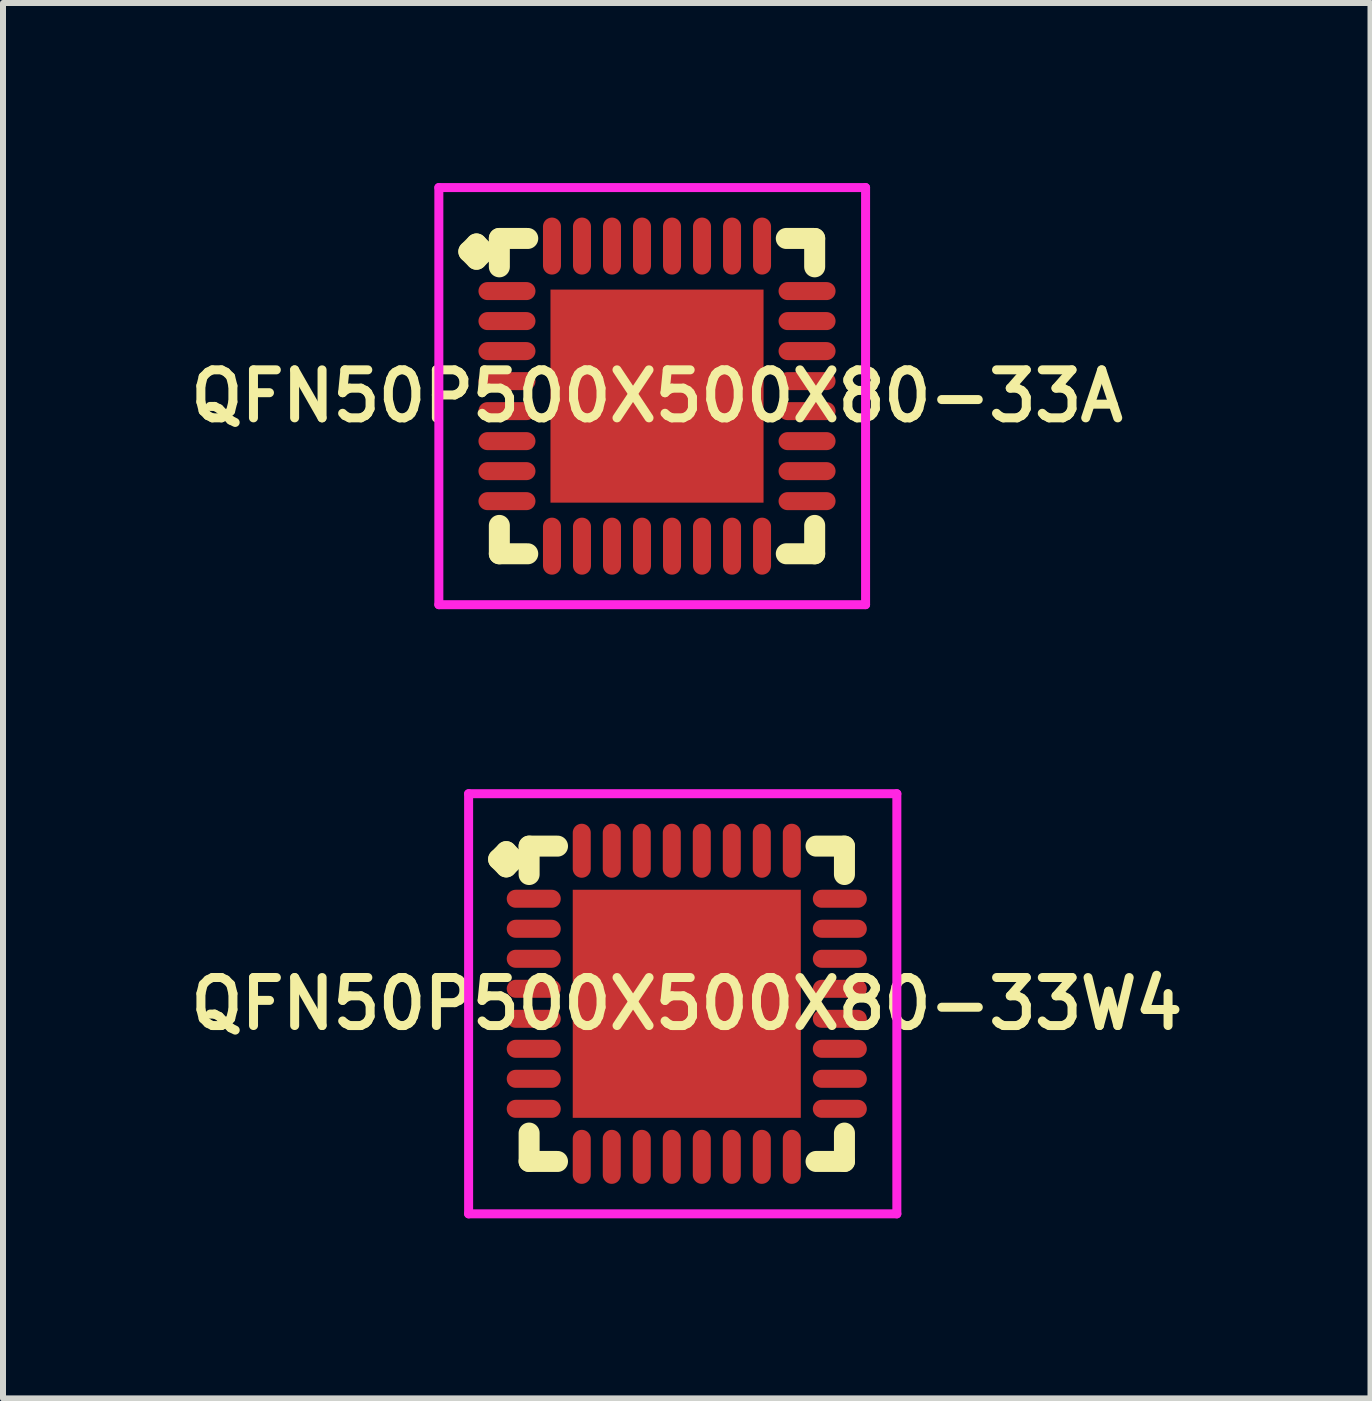
<source format=kicad_pcb>
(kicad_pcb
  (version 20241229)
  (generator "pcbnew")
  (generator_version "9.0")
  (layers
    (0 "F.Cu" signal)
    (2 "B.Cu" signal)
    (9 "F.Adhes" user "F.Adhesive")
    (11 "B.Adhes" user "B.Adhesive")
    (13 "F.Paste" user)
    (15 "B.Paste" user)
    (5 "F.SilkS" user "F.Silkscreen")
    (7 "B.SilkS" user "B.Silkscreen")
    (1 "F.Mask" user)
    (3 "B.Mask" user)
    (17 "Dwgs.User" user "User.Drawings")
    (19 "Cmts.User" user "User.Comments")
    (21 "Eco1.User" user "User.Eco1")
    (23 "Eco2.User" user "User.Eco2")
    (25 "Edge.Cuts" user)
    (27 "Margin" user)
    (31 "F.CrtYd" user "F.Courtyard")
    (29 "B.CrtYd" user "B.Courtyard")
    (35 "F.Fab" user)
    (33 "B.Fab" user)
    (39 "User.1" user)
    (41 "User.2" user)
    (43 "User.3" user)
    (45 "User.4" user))
  (footprint "QFN50P500X500X80-33W4"
    (layer "F.Cu")
    (at 8.393 13.675)
    (property "Reference" "QFN50P500X500X80-33W4" (at 0 0 0) (layer "F.SilkS") (effects (font (size 0.8 0.8) (thickness 0.15))))
    (attr smd)
    (fp_line (start -3.135 -2.408) (end -3.008 -2.535) (stroke (width 0.35) (type solid)) (layer "F.SilkS"))
    (fp_line (start -3.008 -2.535) (end -2.881 -2.408) (stroke (width 0.35) (type solid)) (layer "F.SilkS"))
    (fp_line (start -3.008 -2.281) (end -3.135 -2.408) (stroke (width 0.35) (type solid)) (layer "F.SilkS"))
    (fp_line (start -2.881 -2.408) (end -3.008 -2.281) (stroke (width 0.35) (type solid)) (layer "F.SilkS"))
    (fp_line (start -2.627 -2.627) (end -2.154 -2.627) (stroke (width 0.35) (type solid)) (layer "F.SilkS"))
    (fp_line (start -2.627 -2.154) (end -2.627 -2.627) (stroke (width 0.35) (type solid)) (layer "F.SilkS"))
    (fp_line (start -2.627 2.154) (end -2.627 2.627) (stroke (width 0.35) (type solid)) (layer "F.SilkS"))
    (fp_line (start -2.627 2.627) (end -2.154 2.627) (stroke (width 0.35) (type solid)) (layer "F.SilkS"))
    (fp_line (start 2.154 -2.627) (end 2.627 -2.627) (stroke (width 0.35) (type solid)) (layer "F.SilkS"))
    (fp_line (start 2.154 2.627) (end 2.627 2.627) (stroke (width 0.35) (type solid)) (layer "F.SilkS"))
    (fp_line (start 2.627 -2.627) (end 2.627 -2.154) (stroke (width 0.35) (type solid)) (layer "F.SilkS"))
    (fp_line (start 2.627 2.627) (end 2.627 2.154) (stroke (width 0.35) (type solid)) (layer "F.SilkS"))
    (fp_line (start -3.635 -3.5) (end 3.5 -3.5) (stroke (width 0.15) (type solid)) (layer "F.CrtYd"))
    (fp_line (start -3.635 3.5) (end -3.635 -3.5) (stroke (width 0.15) (type solid)) (layer "F.CrtYd"))
    (fp_line (start 3.5 -3.5) (end 3.5 3.5) (stroke (width 0.15) (type solid)) (layer "F.CrtYd"))
    (fp_line (start 3.5 3.5) (end -3.635 3.5) (stroke (width 0.15) (type solid)) (layer "F.CrtYd"))
    (pad "1" smd oval (at -2.55 -1.75) (size 0.9 0.3) (layers "F.Cu" "F.Mask" "F.Paste"))
    (pad "2" smd oval (at -2.55 -1.25) (size 0.9 0.3) (layers "F.Cu" "F.Mask" "F.Paste"))
    (pad "3" smd oval (at -2.55 -0.75) (size 0.9 0.3) (layers "F.Cu" "F.Mask" "F.Paste"))
    (pad "4" smd oval (at -2.55 -0.25) (size 0.9 0.3) (layers "F.Cu" "F.Mask" "F.Paste"))
    (pad "5" smd oval (at -2.55 0.25) (size 0.9 0.3) (layers "F.Cu" "F.Mask" "F.Paste"))
    (pad "6" smd oval (at -2.55 0.75) (size 0.9 0.3) (layers "F.Cu" "F.Mask" "F.Paste"))
    (pad "7" smd oval (at -2.55 1.25) (size 0.9 0.3) (layers "F.Cu" "F.Mask" "F.Paste"))
    (pad "8" smd oval (at -2.55 1.75) (size 0.9 0.3) (layers "F.Cu" "F.Mask" "F.Paste"))
    (pad "9" smd oval (at -1.75 2.55) (size 0.3 0.9) (layers "F.Cu" "F.Mask" "F.Paste"))
    (pad "10" smd oval (at -1.25 2.55) (size 0.3 0.9) (layers "F.Cu" "F.Mask" "F.Paste"))
    (pad "11" smd oval (at -0.75 2.55) (size 0.3 0.9) (layers "F.Cu" "F.Mask" "F.Paste"))
    (pad "12" smd oval (at -0.25 2.55) (size 0.3 0.9) (layers "F.Cu" "F.Mask" "F.Paste"))
    (pad "13" smd oval (at 0.25 2.55) (size 0.3 0.9) (layers "F.Cu" "F.Mask" "F.Paste"))
    (pad "14" smd oval (at 0.75 2.55) (size 0.3 0.9) (layers "F.Cu" "F.Mask" "F.Paste"))
    (pad "15" smd oval (at 1.25 2.55) (size 0.3 0.9) (layers "F.Cu" "F.Mask" "F.Paste"))
    (pad "16" smd oval (at 1.75 2.55) (size 0.3 0.9) (layers "F.Cu" "F.Mask" "F.Paste"))
    (pad "17" smd oval (at 2.55 1.75) (size 0.9 0.3) (layers "F.Cu" "F.Mask" "F.Paste"))
    (pad "18" smd oval (at 2.55 1.25) (size 0.9 0.3) (layers "F.Cu" "F.Mask" "F.Paste"))
    (pad "19" smd oval (at 2.55 0.75) (size 0.9 0.3) (layers "F.Cu" "F.Mask" "F.Paste"))
    (pad "20" smd oval (at 2.55 0.25) (size 0.9 0.3) (layers "F.Cu" "F.Mask" "F.Paste"))
    (pad "21" smd oval (at 2.55 -0.25) (size 0.9 0.3) (layers "F.Cu" "F.Mask" "F.Paste"))
    (pad "22" smd oval (at 2.55 -0.75) (size 0.9 0.3) (layers "F.Cu" "F.Mask" "F.Paste"))
    (pad "23" smd oval (at 2.55 -1.25) (size 0.9 0.3) (layers "F.Cu" "F.Mask" "F.Paste"))
    (pad "24" smd oval (at 2.55 -1.75) (size 0.9 0.3) (layers "F.Cu" "F.Mask" "F.Paste"))
    (pad "25" smd oval (at 1.75 -2.55) (size 0.3 0.9) (layers "F.Cu" "F.Mask" "F.Paste"))
    (pad "26" smd oval (at 1.25 -2.55) (size 0.3 0.9) (layers "F.Cu" "F.Mask" "F.Paste"))
    (pad "27" smd oval (at 0.75 -2.55) (size 0.3 0.9) (layers "F.Cu" "F.Mask" "F.Paste"))
    (pad "28" smd oval (at 0.25 -2.55) (size 0.3 0.9) (layers "F.Cu" "F.Mask" "F.Paste"))
    (pad "29" smd oval (at -0.25 -2.55) (size 0.3 0.9) (layers "F.Cu" "F.Mask" "F.Paste"))
    (pad "30" smd oval (at -0.75 -2.55) (size 0.3 0.9) (layers "F.Cu" "F.Mask" "F.Paste"))
    (pad "31" smd oval (at -1.25 -2.55) (size 0.3 0.9) (layers "F.Cu" "F.Mask" "F.Paste"))
    (pad "32" smd oval (at -1.75 -2.55) (size 0.3 0.9) (layers "F.Cu" "F.Mask" "F.Paste"))
    (pad "33" smd rect (at 0 0) (size 3.8 3.8) (layers "F.Cu" "F.Mask" "F.Paste")))
  (footprint "QFN50P500X500X80-33A"
    (layer "F.Cu")
    (at 7.897 3.55)
    (property "Reference" "QFN50P500X500X80-33A" (at 0 0 0) (layer "F.SilkS") (effects (font (size 0.8 0.8) (thickness 0.15))))
    (attr through_hole)
    (fp_line (start -3.135 -2.408) (end -3.008 -2.535) (stroke (width 0.35) (type solid)) (layer "F.SilkS"))
    (fp_line (start -3.008 -2.535) (end -2.881 -2.408) (stroke (width 0.35) (type solid)) (layer "F.SilkS"))
    (fp_line (start -3.008 -2.281) (end -3.135 -2.408) (stroke (width 0.35) (type solid)) (layer "F.SilkS"))
    (fp_line (start -2.881 -2.408) (end -3.008 -2.281) (stroke (width 0.35) (type solid)) (layer "F.SilkS"))
    (fp_line (start -2.627 -2.627) (end -2.154 -2.627) (stroke (width 0.35) (type solid)) (layer "F.SilkS"))
    (fp_line (start -2.627 -2.154) (end -2.627 -2.627) (stroke (width 0.35) (type solid)) (layer "F.SilkS"))
    (fp_line (start -2.627 2.154) (end -2.627 2.627) (stroke (width 0.35) (type solid)) (layer "F.SilkS"))
    (fp_line (start -2.627 2.627) (end -2.154 2.627) (stroke (width 0.35) (type solid)) (layer "F.SilkS"))
    (fp_line (start 2.154 -2.627) (end 2.627 -2.627) (stroke (width 0.35) (type solid)) (layer "F.SilkS"))
    (fp_line (start 2.154 2.627) (end 2.627 2.627) (stroke (width 0.35) (type solid)) (layer "F.SilkS"))
    (fp_line (start 2.627 -2.627) (end 2.627 -2.154) (stroke (width 0.35) (type solid)) (layer "F.SilkS"))
    (fp_line (start 2.627 2.627) (end 2.627 2.154) (stroke (width 0.35) (type solid)) (layer "F.SilkS"))
    (fp_line (start -3.635 -3.475) (end 3.475 -3.475) (stroke (width 0.15) (type solid)) (layer "F.CrtYd"))
    (fp_line (start -3.635 3.475) (end -3.635 -3.475) (stroke (width 0.15) (type solid)) (layer "F.CrtYd"))
    (fp_line (start 3.475 -3.475) (end 3.475 3.475) (stroke (width 0.15) (type solid)) (layer "F.CrtYd"))
    (fp_line (start 3.475 3.475) (end -3.635 3.475) (stroke (width 0.15) (type solid)) (layer "F.CrtYd"))
    (pad "1" smd oval (at -2.5 -1.75) (size 0.95 0.3) (layers "F.Cu" "F.Mask" "F.Paste"))
    (pad "2" smd oval (at -2.5 -1.25) (size 0.95 0.3) (layers "F.Cu" "F.Mask" "F.Paste"))
    (pad "3" smd oval (at -2.5 -0.75) (size 0.95 0.3) (layers "F.Cu" "F.Mask" "F.Paste"))
    (pad "4" smd oval (at -2.5 -0.25) (size 0.95 0.3) (layers "F.Cu" "F.Mask" "F.Paste"))
    (pad "5" smd oval (at -2.5 0.25) (size 0.95 0.3) (layers "F.Cu" "F.Mask" "F.Paste"))
    (pad "6" smd oval (at -2.5 0.75) (size 0.95 0.3) (layers "F.Cu" "F.Mask" "F.Paste"))
    (pad "7" smd oval (at -2.5 1.25) (size 0.95 0.3) (layers "F.Cu" "F.Mask" "F.Paste"))
    (pad "8" smd oval (at -2.5 1.75) (size 0.95 0.3) (layers "F.Cu" "F.Mask" "F.Paste"))
    (pad "9" smd oval (at -1.75 2.5) (size 0.3 0.95) (layers "F.Cu" "F.Mask" "F.Paste"))
    (pad "10" smd oval (at -1.25 2.5) (size 0.3 0.95) (layers "F.Cu" "F.Mask" "F.Paste"))
    (pad "11" smd oval (at -0.75 2.5) (size 0.3 0.95) (layers "F.Cu" "F.Mask" "F.Paste"))
    (pad "12" smd oval (at -0.25 2.5) (size 0.3 0.95) (layers "F.Cu" "F.Mask" "F.Paste"))
    (pad "13" smd oval (at 0.25 2.5) (size 0.3 0.95) (layers "F.Cu" "F.Mask" "F.Paste"))
    (pad "14" smd oval (at 0.75 2.5) (size 0.3 0.95) (layers "F.Cu" "F.Mask" "F.Paste"))
    (pad "15" smd oval (at 1.25 2.5) (size 0.3 0.95) (layers "F.Cu" "F.Mask" "F.Paste"))
    (pad "16" smd oval (at 1.75 2.5) (size 0.3 0.95) (layers "F.Cu" "F.Mask" "F.Paste"))
    (pad "17" smd oval (at 2.5 1.75) (size 0.95 0.3) (layers "F.Cu" "F.Mask" "F.Paste"))
    (pad "18" smd oval (at 2.5 1.25) (size 0.95 0.3) (layers "F.Cu" "F.Mask" "F.Paste"))
    (pad "19" smd oval (at 2.5 0.75) (size 0.95 0.3) (layers "F.Cu" "F.Mask" "F.Paste"))
    (pad "20" smd oval (at 2.5 0.25) (size 0.95 0.3) (layers "F.Cu" "F.Mask" "F.Paste"))
    (pad "21" smd oval (at 2.5 -0.25) (size 0.95 0.3) (layers "F.Cu" "F.Mask" "F.Paste"))
    (pad "22" smd oval (at 2.5 -0.75) (size 0.95 0.3) (layers "F.Cu" "F.Mask" "F.Paste"))
    (pad "23" smd oval (at 2.5 -1.25) (size 0.95 0.3) (layers "F.Cu" "F.Mask" "F.Paste"))
    (pad "24" smd oval (at 2.5 -1.75) (size 0.95 0.3) (layers "F.Cu" "F.Mask" "F.Paste"))
    (pad "25" smd oval (at 1.75 -2.5) (size 0.3 0.95) (layers "F.Cu" "F.Mask" "F.Paste"))
    (pad "26" smd oval (at 1.25 -2.5) (size 0.3 0.95) (layers "F.Cu" "F.Mask" "F.Paste"))
    (pad "27" smd oval (at 0.75 -2.5) (size 0.3 0.95) (layers "F.Cu" "F.Mask" "F.Paste"))
    (pad "28" smd oval (at 0.25 -2.5) (size 0.3 0.95) (layers "F.Cu" "F.Mask" "F.Paste"))
    (pad "29" smd oval (at -0.25 -2.5) (size 0.3 0.95) (layers "F.Cu" "F.Mask" "F.Paste"))
    (pad "30" smd oval (at -0.75 -2.5) (size 0.3 0.95) (layers "F.Cu" "F.Mask" "F.Paste"))
    (pad "31" smd oval (at -1.25 -2.5) (size 0.3 0.95) (layers "F.Cu" "F.Mask" "F.Paste"))
    (pad "32" smd oval (at -1.75 -2.5) (size 0.3 0.95) (layers "F.Cu" "F.Mask" "F.Paste"))
    (pad "33" smd rect (at 0 0) (size 3.55 3.55) (layers "F.Cu" "F.Mask" "F.Paste")))
  (gr_rect
    (start -3 -3)
    (end 19.785 20.25)
    (stroke (width 0.1) (type default))
    (fill no)
    (layer "Edge.Cuts")))
</source>
